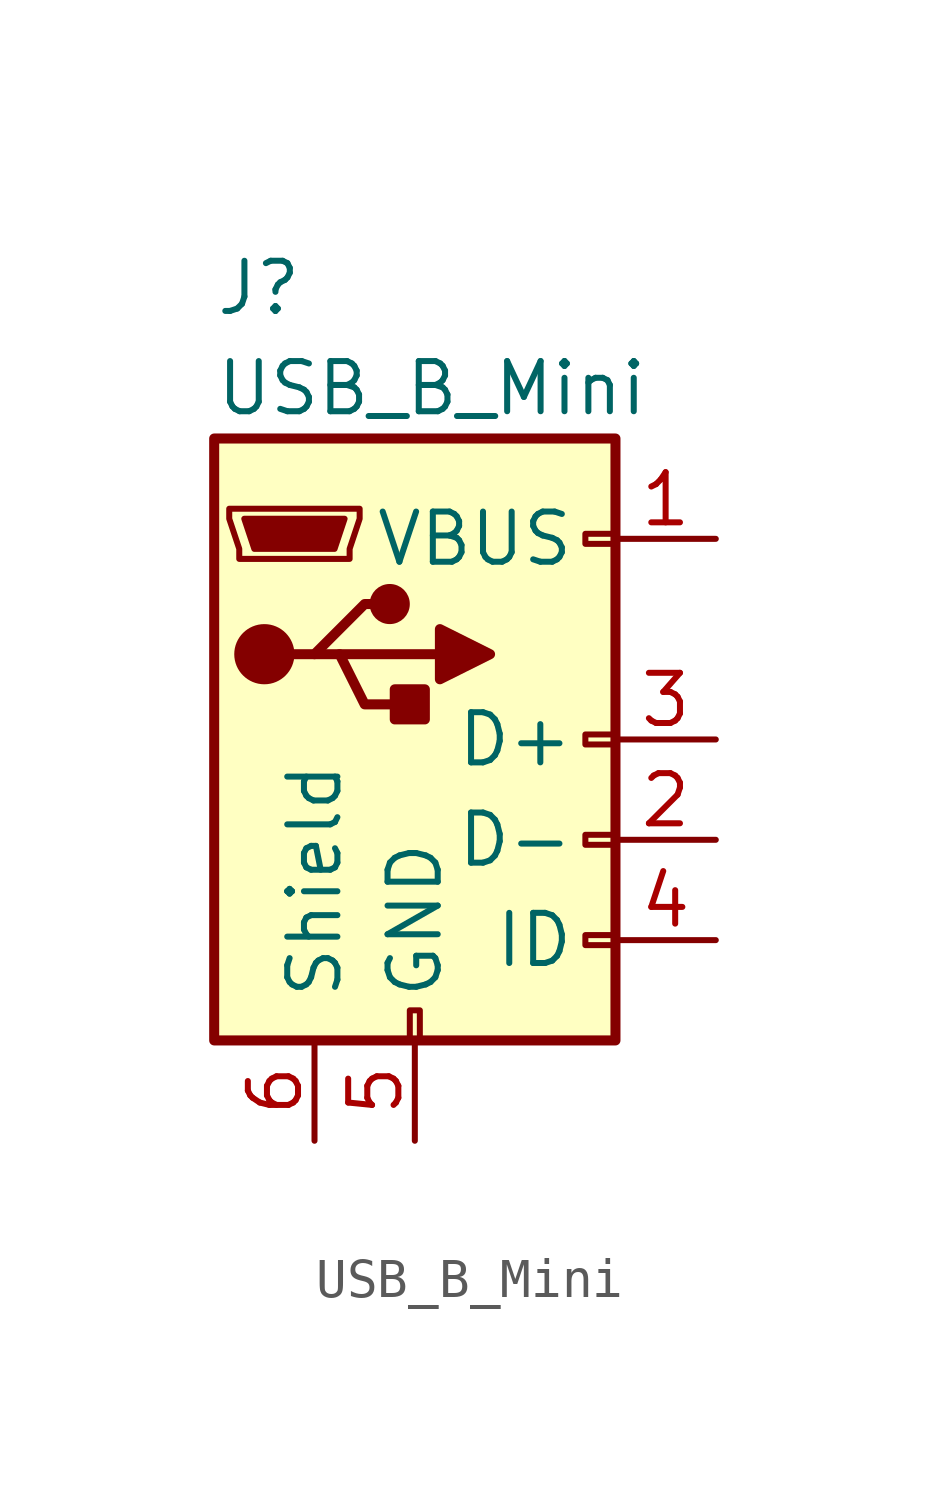
<source format=kicad_sym>
(kicad_symbol_lib
  (version 20220914)
  (generator kicad_symbol_editor)
  (symbol "USB_B_Mini"
    (pin_names
      (offset 1.016))
    (property "Reference" "J"
      (at -5.08 11.43 0)
      (effects (font (size 1.27 1.27)) (justify left)))
    (property "Value" "USB_B_Mini"
      (at -5.08 8.89 0)
      (effects (font (size 1.27 1.27)) (justify left)))
    (symbol "USB_B_Mini_0_1"
      (rectangle (start -5.08 -7.62) (end 5.08 7.62) (stroke (width 0.254) (type default)) (fill (type background)))
      (circle (center -3.81 2.159) (radius 0.635) (stroke (width 0.254) (type default)) (fill (type outline)))
      (circle (center -0.635 3.429) (radius 0.381) (stroke (width 0.254) (type default)) (fill (type outline)))
      (rectangle (start -0.127 -7.62) (end 0.127 -6.858) (stroke (width 0) (type default)) (fill (type none)))
      (polyline (pts (xy -1.905 2.159) (xy 0.635 2.159)) (stroke (width 0.254) (type default)) (fill (type none)))
      (polyline (pts (xy -3.175 2.159) (xy -2.54 2.159) (xy -1.27 3.429) (xy -0.635 3.429)) (stroke (width 0.254) (type default)) (fill (type none)))
      (polyline (pts (xy -2.54 2.159) (xy -1.905 2.159) (xy -1.27 0.889) (xy 0 0.889)) (stroke (width 0.254) (type default)) (fill (type none)))
      (polyline (pts (xy 0.635 2.794) (xy 0.635 1.524) (xy 1.905 2.159) (xy 0.635 2.794)) (stroke (width 0.254) (type default)) (fill (type outline)))
      (polyline (pts (xy -4.318 5.588) (xy -1.778 5.588) (xy -2.032 4.826) (xy -4.064 4.826) (xy -4.318 5.588)) (stroke (width 0) (type default)) (fill (type outline)))
      (polyline (pts (xy -4.699 5.842) (xy -4.699 5.588) (xy -4.445 4.826) (xy -4.445 4.572) (xy -1.651 4.572) (xy -1.651 4.826) (xy -1.397 5.588) (xy -1.397 5.842) (xy -4.699 5.842)) (stroke (width 0) (type default)) (fill (type none)))
      (rectangle (start 0.254 1.27) (end -0.508 0.508) (stroke (width 0.254) (type default)) (fill (type outline)))
      (rectangle (start 5.08 -5.207) (end 4.318 -4.953) (stroke (width 0) (type default)) (fill (type none)))
      (rectangle (start 5.08 -2.667) (end 4.318 -2.413) (stroke (width 0) (type default)) (fill (type none)))
      (rectangle (start 5.08 -0.127) (end 4.318 0.127) (stroke (width 0) (type default)) (fill (type none)))
      (rectangle (start 5.08 4.953) (end 4.318 5.207) (stroke (width 0) (type default)) (fill (type none))))
    (symbol "USB_B_Mini_1_1"
      (pin power_out line (at 7.62 5.08 180) (length 2.54) (name "VBUS" (effects (font (size 1.27 1.27)))) (number "1" (effects (font (size 1.27 1.27)))))
      (pin bidirectional line (at 7.62 -2.54 180) (length 2.54) (name "D-" (effects (font (size 1.27 1.27)))) (number "2" (effects (font (size 1.27 1.27)))))
      (pin bidirectional line (at 7.62 0 180) (length 2.54) (name "D+" (effects (font (size 1.27 1.27)))) (number "3" (effects (font (size 1.27 1.27)))))
      (pin passive line (at 7.62 -5.08 180) (length 2.54) (name "ID" (effects (font (size 1.27 1.27)))) (number "4" (effects (font (size 1.27 1.27)))))
      (pin power_in line (at 0 -10.16 90) (length 2.54) (name "GND" (effects (font (size 1.27 1.27)))) (number "5" (effects (font (size 1.27 1.27)))))
      (pin passive line (at -2.54 -10.16 90) (length 2.54) (name "Shield" (effects (font (size 1.27 1.27)))) (number "6" (effects (font (size 1.27 1.27))))))))
</source>
